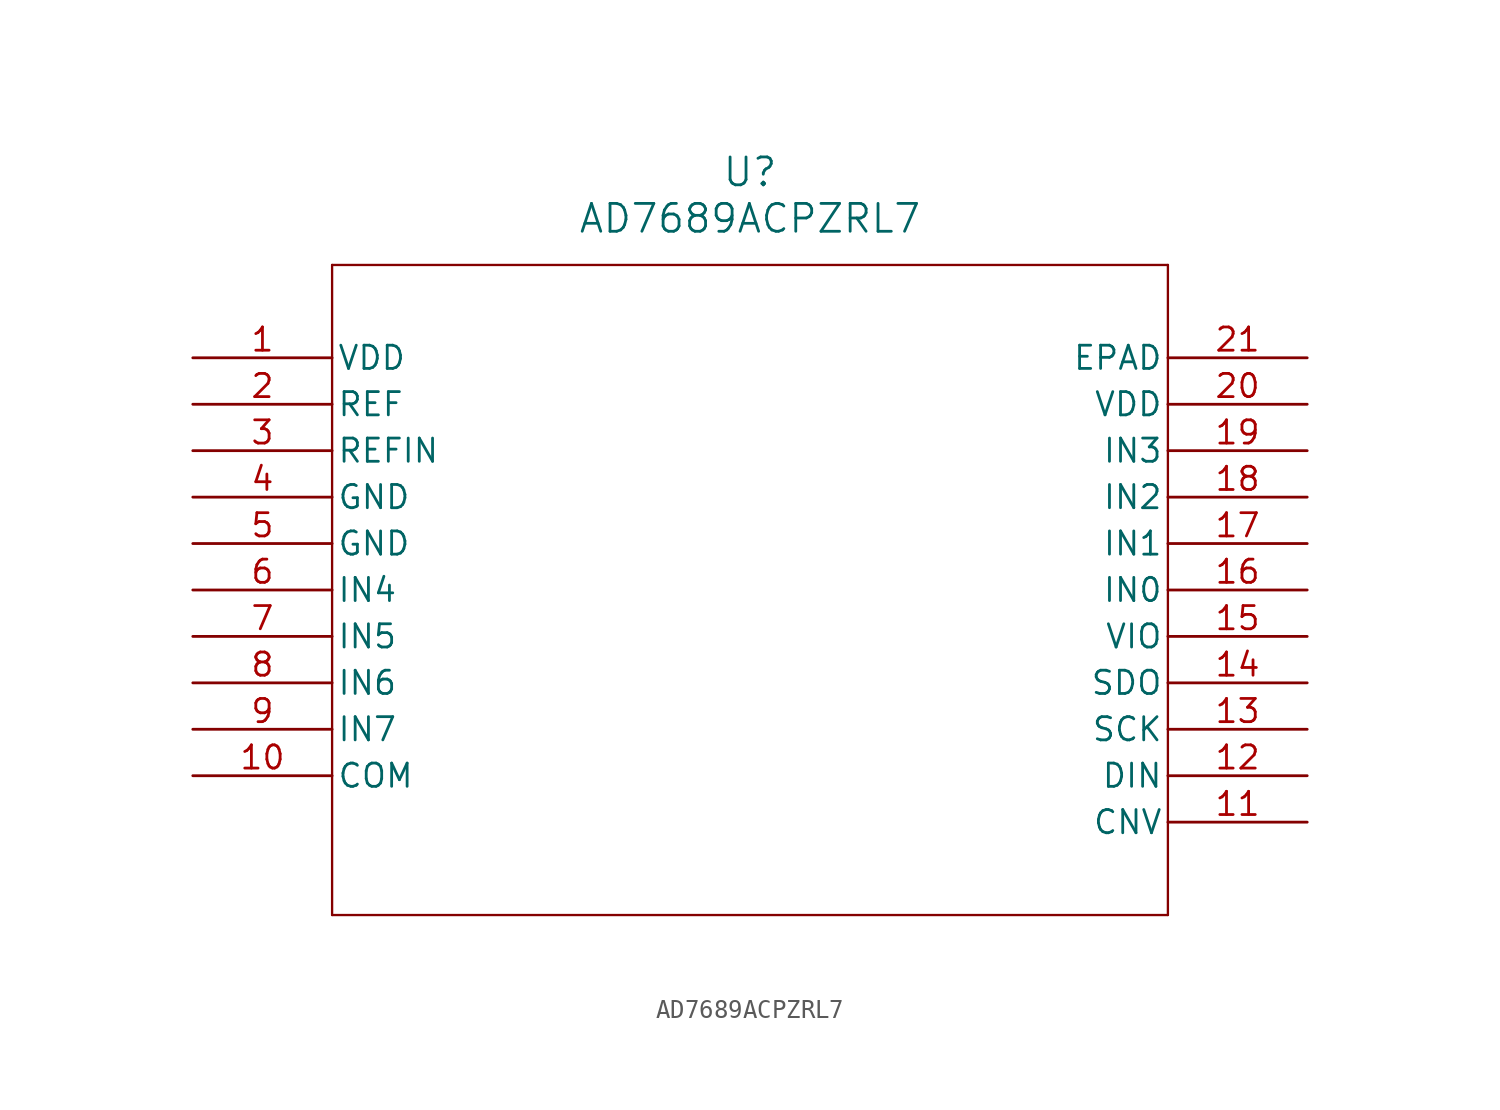
<source format=kicad_sym>
(kicad_symbol_lib
  (version 20211014)
  (generator kicad_symbol_editor)
  (symbol "AD7689ACPZRL7"
    (pin_names
      (offset 0.254))
    (property "Reference" "U"
      (at 30.48 10.16 0)
      (effects (font (size 1.524 1.524))))
    (property "Value" "AD7689ACPZRL7"
      (at 30.48 7.62 0)
      (effects (font (size 1.524 1.524))))
    (symbol "AD7689ACPZRL7_0_1"
      (polyline (pts (xy 7.62 5.08) (xy 7.62 -30.48)) (stroke (width 0.127) (type default) (color 0 0 0 0)) (fill (type none)))
      (polyline (pts (xy 7.62 -30.48) (xy 53.34 -30.48)) (stroke (width 0.127) (type default) (color 0 0 0 0)) (fill (type none)))
      (polyline (pts (xy 53.34 -30.48) (xy 53.34 5.08)) (stroke (width 0.127) (type default) (color 0 0 0 0)) (fill (type none)))
      (polyline (pts (xy 53.34 5.08) (xy 7.62 5.08)) (stroke (width 0.127) (type default) (color 0 0 0 0)) (fill (type none)))
      (pin power_in line (at 0 0 0) (length 7.62) (name "VDD" (effects (font (size 1.27 1.27)))) (number "1" (effects (font (size 1.27 1.27)))))
      (pin unspecified line (at 0 -2.54 0) (length 7.62) (name "REF" (effects (font (size 1.27 1.27)))) (number "2" (effects (font (size 1.27 1.27)))))
      (pin unspecified line (at 0 -5.08 0) (length 7.62) (name "REFIN" (effects (font (size 1.27 1.27)))) (number "3" (effects (font (size 1.27 1.27)))))
      (pin unspecified line (at 0 -7.62 0) (length 7.62) (name "GND" (effects (font (size 1.27 1.27)))) (number "4" (effects (font (size 1.27 1.27)))))
      (pin unspecified line (at 0 -10.16 0) (length 7.62) (name "GND" (effects (font (size 1.27 1.27)))) (number "5" (effects (font (size 1.27 1.27)))))
      (pin unspecified line (at 0 -12.7 0) (length 7.62) (name "IN4" (effects (font (size 1.27 1.27)))) (number "6" (effects (font (size 1.27 1.27)))))
      (pin unspecified line (at 0 -15.24 0) (length 7.62) (name "IN5" (effects (font (size 1.27 1.27)))) (number "7" (effects (font (size 1.27 1.27)))))
      (pin unspecified line (at 0 -17.78 0) (length 7.62) (name "IN6" (effects (font (size 1.27 1.27)))) (number "8" (effects (font (size 1.27 1.27)))))
      (pin unspecified line (at 0 -20.32 0) (length 7.62) (name "IN7" (effects (font (size 1.27 1.27)))) (number "9" (effects (font (size 1.27 1.27)))))
      (pin unspecified line (at 0 -22.86 0) (length 7.62) (name "COM" (effects (font (size 1.27 1.27)))) (number "10" (effects (font (size 1.27 1.27)))))
      (pin unspecified line (at 60.96 -25.4 180) (length 7.62) (name "CNV" (effects (font (size 1.27 1.27)))) (number "11" (effects (font (size 1.27 1.27)))))
      (pin unspecified line (at 60.96 -22.86 180) (length 7.62) (name "DIN" (effects (font (size 1.27 1.27)))) (number "12" (effects (font (size 1.27 1.27)))))
      (pin unspecified line (at 60.96 -20.32 180) (length 7.62) (name "SCK" (effects (font (size 1.27 1.27)))) (number "13" (effects (font (size 1.27 1.27)))))
      (pin unspecified line (at 60.96 -17.78 180) (length 7.62) (name "SDO" (effects (font (size 1.27 1.27)))) (number "14" (effects (font (size 1.27 1.27)))))
      (pin power_in line (at 60.96 -15.24 180) (length 7.62) (name "VIO" (effects (font (size 1.27 1.27)))) (number "15" (effects (font (size 1.27 1.27)))))
      (pin unspecified line (at 60.96 -12.7 180) (length 7.62) (name "IN0" (effects (font (size 1.27 1.27)))) (number "16" (effects (font (size 1.27 1.27)))))
      (pin unspecified line (at 60.96 -10.16 180) (length 7.62) (name "IN1" (effects (font (size 1.27 1.27)))) (number "17" (effects (font (size 1.27 1.27)))))
      (pin unspecified line (at 60.96 -7.62 180) (length 7.62) (name "IN2" (effects (font (size 1.27 1.27)))) (number "18" (effects (font (size 1.27 1.27)))))
      (pin unspecified line (at 60.96 -5.08 180) (length 7.62) (name "IN3" (effects (font (size 1.27 1.27)))) (number "19" (effects (font (size 1.27 1.27)))))
      (pin power_in line (at 60.96 -2.54 180) (length 7.62) (name "VDD" (effects (font (size 1.27 1.27)))) (number "20" (effects (font (size 1.27 1.27)))))
      (pin unspecified line (at 60.96 0 180) (length 7.62) (name "EPAD" (effects (font (size 1.27 1.27)))) (number "21" (effects (font (size 1.27 1.27))))))))
</source>
